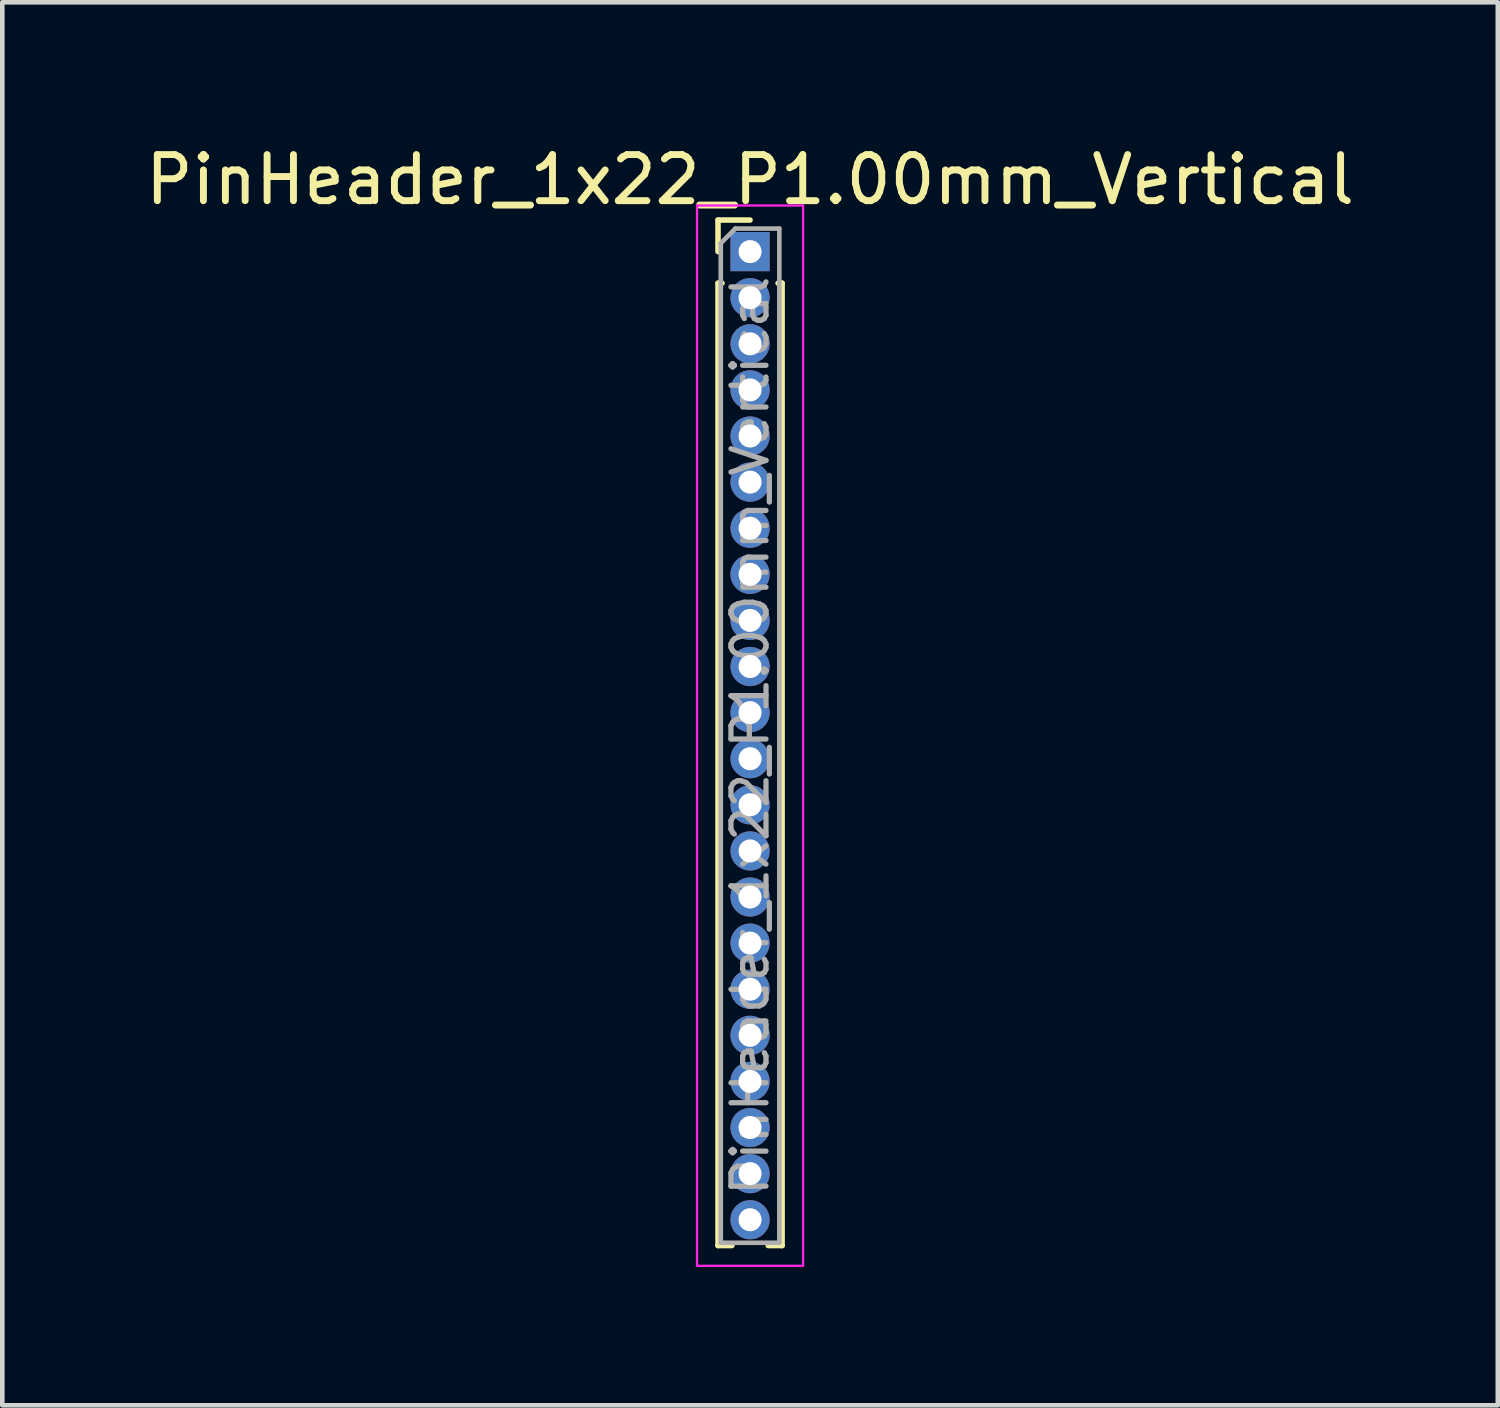
<source format=kicad_pcb>
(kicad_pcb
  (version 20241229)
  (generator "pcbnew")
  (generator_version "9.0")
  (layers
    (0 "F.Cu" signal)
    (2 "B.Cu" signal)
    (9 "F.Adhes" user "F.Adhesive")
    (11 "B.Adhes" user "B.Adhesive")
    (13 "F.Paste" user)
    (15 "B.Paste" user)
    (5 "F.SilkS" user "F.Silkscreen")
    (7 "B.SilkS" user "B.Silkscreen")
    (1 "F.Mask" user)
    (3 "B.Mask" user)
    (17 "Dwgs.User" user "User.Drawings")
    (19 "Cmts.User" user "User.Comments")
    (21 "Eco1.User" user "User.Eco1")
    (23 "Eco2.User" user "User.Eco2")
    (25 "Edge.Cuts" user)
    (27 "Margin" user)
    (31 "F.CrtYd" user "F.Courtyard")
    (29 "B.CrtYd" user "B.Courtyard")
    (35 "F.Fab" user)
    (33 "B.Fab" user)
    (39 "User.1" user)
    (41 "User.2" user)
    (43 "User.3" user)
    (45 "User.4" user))
  (footprint "PinHeader_1x22_P1.00mm_Vertical"
    (layer "F.Cu")
    (at 13.22 2.408)
    (property "Reference" "PinHeader_1x22_P1.00mm_Vertical" (at 0 -1.56 0) (layer "F.SilkS") (effects (font (size 1 1) (thickness 0.15))))
    (attr through_hole)
    (fp_line (start -0.695 -0.685) (end 0 -0.685) (stroke (width 0.12) (type solid)) (layer "F.SilkS"))
    (fp_line (start -0.695 0) (end -0.695 -0.685) (stroke (width 0.12) (type solid)) (layer "F.SilkS"))
    (fp_line (start -0.695 0.685) (end -0.695 21.56) (stroke (width 0.12) (type solid)) (layer "F.SilkS"))
    (fp_line (start -0.695 0.685) (end -0.608 0.685) (stroke (width 0.12) (type solid)) (layer "F.SilkS"))
    (fp_line (start -0.695 21.56) (end -0.394 21.56) (stroke (width 0.12) (type solid)) (layer "F.SilkS"))
    (fp_line (start 0.394 21.56) (end 0.695 21.56) (stroke (width 0.12) (type solid)) (layer "F.SilkS"))
    (fp_line (start 0.608 0.685) (end 0.695 0.685) (stroke (width 0.12) (type solid)) (layer "F.SilkS"))
    (fp_line (start 0.695 0.685) (end 0.695 21.56) (stroke (width 0.12) (type solid)) (layer "F.SilkS"))
    (fp_line (start -1.15 -1) (end -1.15 22) (stroke (width 0.05) (type solid)) (layer "F.CrtYd"))
    (fp_line (start -1.15 22) (end 1.15 22) (stroke (width 0.05) (type solid)) (layer "F.CrtYd"))
    (fp_line (start 1.15 -1) (end -1.15 -1) (stroke (width 0.05) (type solid)) (layer "F.CrtYd"))
    (fp_line (start 1.15 22) (end 1.15 -1) (stroke (width 0.05) (type solid)) (layer "F.CrtYd"))
    (fp_line (start -0.635 -0.182) (end -0.318 -0.5) (stroke (width 0.1) (type solid)) (layer "F.Fab"))
    (fp_line (start -0.635 21.5) (end -0.635 -0.182) (stroke (width 0.1) (type solid)) (layer "F.Fab"))
    (fp_line (start -0.318 -0.5) (end 0.635 -0.5) (stroke (width 0.1) (type solid)) (layer "F.Fab"))
    (fp_line (start 0.635 -0.5) (end 0.635 21.5) (stroke (width 0.1) (type solid)) (layer "F.Fab"))
    (fp_line (start 0.635 21.5) (end -0.635 21.5) (stroke (width 0.1) (type solid)) (layer "F.Fab"))
    (fp_text user "${REFERENCE}" (at 0 10.5 90) (layer "F.Fab") (effects (font (size 0.76 0.76) (thickness 0.114))))
    (pad "1" thru_hole rect (at 0 0) (size 0.85 0.85) (drill 0.5) (layers "*.Cu" "*.Mask"))
    (pad "2" thru_hole oval (at 0 1) (size 0.85 0.85) (drill 0.5) (layers "*.Cu" "*.Mask"))
    (pad "3" thru_hole oval (at 0 2) (size 0.85 0.85) (drill 0.5) (layers "*.Cu" "*.Mask"))
    (pad "4" thru_hole oval (at 0 3) (size 0.85 0.85) (drill 0.5) (layers "*.Cu" "*.Mask"))
    (pad "5" thru_hole oval (at 0 4) (size 0.85 0.85) (drill 0.5) (layers "*.Cu" "*.Mask"))
    (pad "6" thru_hole oval (at 0 5) (size 0.85 0.85) (drill 0.5) (layers "*.Cu" "*.Mask"))
    (pad "7" thru_hole oval (at 0 6) (size 0.85 0.85) (drill 0.5) (layers "*.Cu" "*.Mask"))
    (pad "8" thru_hole oval (at 0 7) (size 0.85 0.85) (drill 0.5) (layers "*.Cu" "*.Mask"))
    (pad "9" thru_hole oval (at 0 8) (size 0.85 0.85) (drill 0.5) (layers "*.Cu" "*.Mask"))
    (pad "10" thru_hole oval (at 0 9) (size 0.85 0.85) (drill 0.5) (layers "*.Cu" "*.Mask"))
    (pad "11" thru_hole oval (at 0 10) (size 0.85 0.85) (drill 0.5) (layers "*.Cu" "*.Mask"))
    (pad "12" thru_hole oval (at 0 11) (size 0.85 0.85) (drill 0.5) (layers "*.Cu" "*.Mask"))
    (pad "13" thru_hole oval (at 0 12) (size 0.85 0.85) (drill 0.5) (layers "*.Cu" "*.Mask"))
    (pad "14" thru_hole oval (at 0 13) (size 0.85 0.85) (drill 0.5) (layers "*.Cu" "*.Mask"))
    (pad "15" thru_hole oval (at 0 14) (size 0.85 0.85) (drill 0.5) (layers "*.Cu" "*.Mask"))
    (pad "16" thru_hole oval (at 0 15) (size 0.85 0.85) (drill 0.5) (layers "*.Cu" "*.Mask"))
    (pad "17" thru_hole oval (at 0 16) (size 0.85 0.85) (drill 0.5) (layers "*.Cu" "*.Mask"))
    (pad "18" thru_hole oval (at 0 17) (size 0.85 0.85) (drill 0.5) (layers "*.Cu" "*.Mask"))
    (pad "19" thru_hole oval (at 0 18) (size 0.85 0.85) (drill 0.5) (layers "*.Cu" "*.Mask"))
    (pad "20" thru_hole oval (at 0 19) (size 0.85 0.85) (drill 0.5) (layers "*.Cu" "*.Mask"))
    (pad "21" thru_hole oval (at 0 20) (size 0.85 0.85) (drill 0.5) (layers "*.Cu" "*.Mask"))
    (pad "22" thru_hole oval (at 0 21) (size 0.85 0.85) (drill 0.5) (layers "*.Cu" "*.Mask")))
  (gr_rect
    (start -3 -3)
    (end 29.44 27.433)
    (stroke (width 0.1) (type default))
    (fill no)
    (layer "Edge.Cuts")))
</source>
